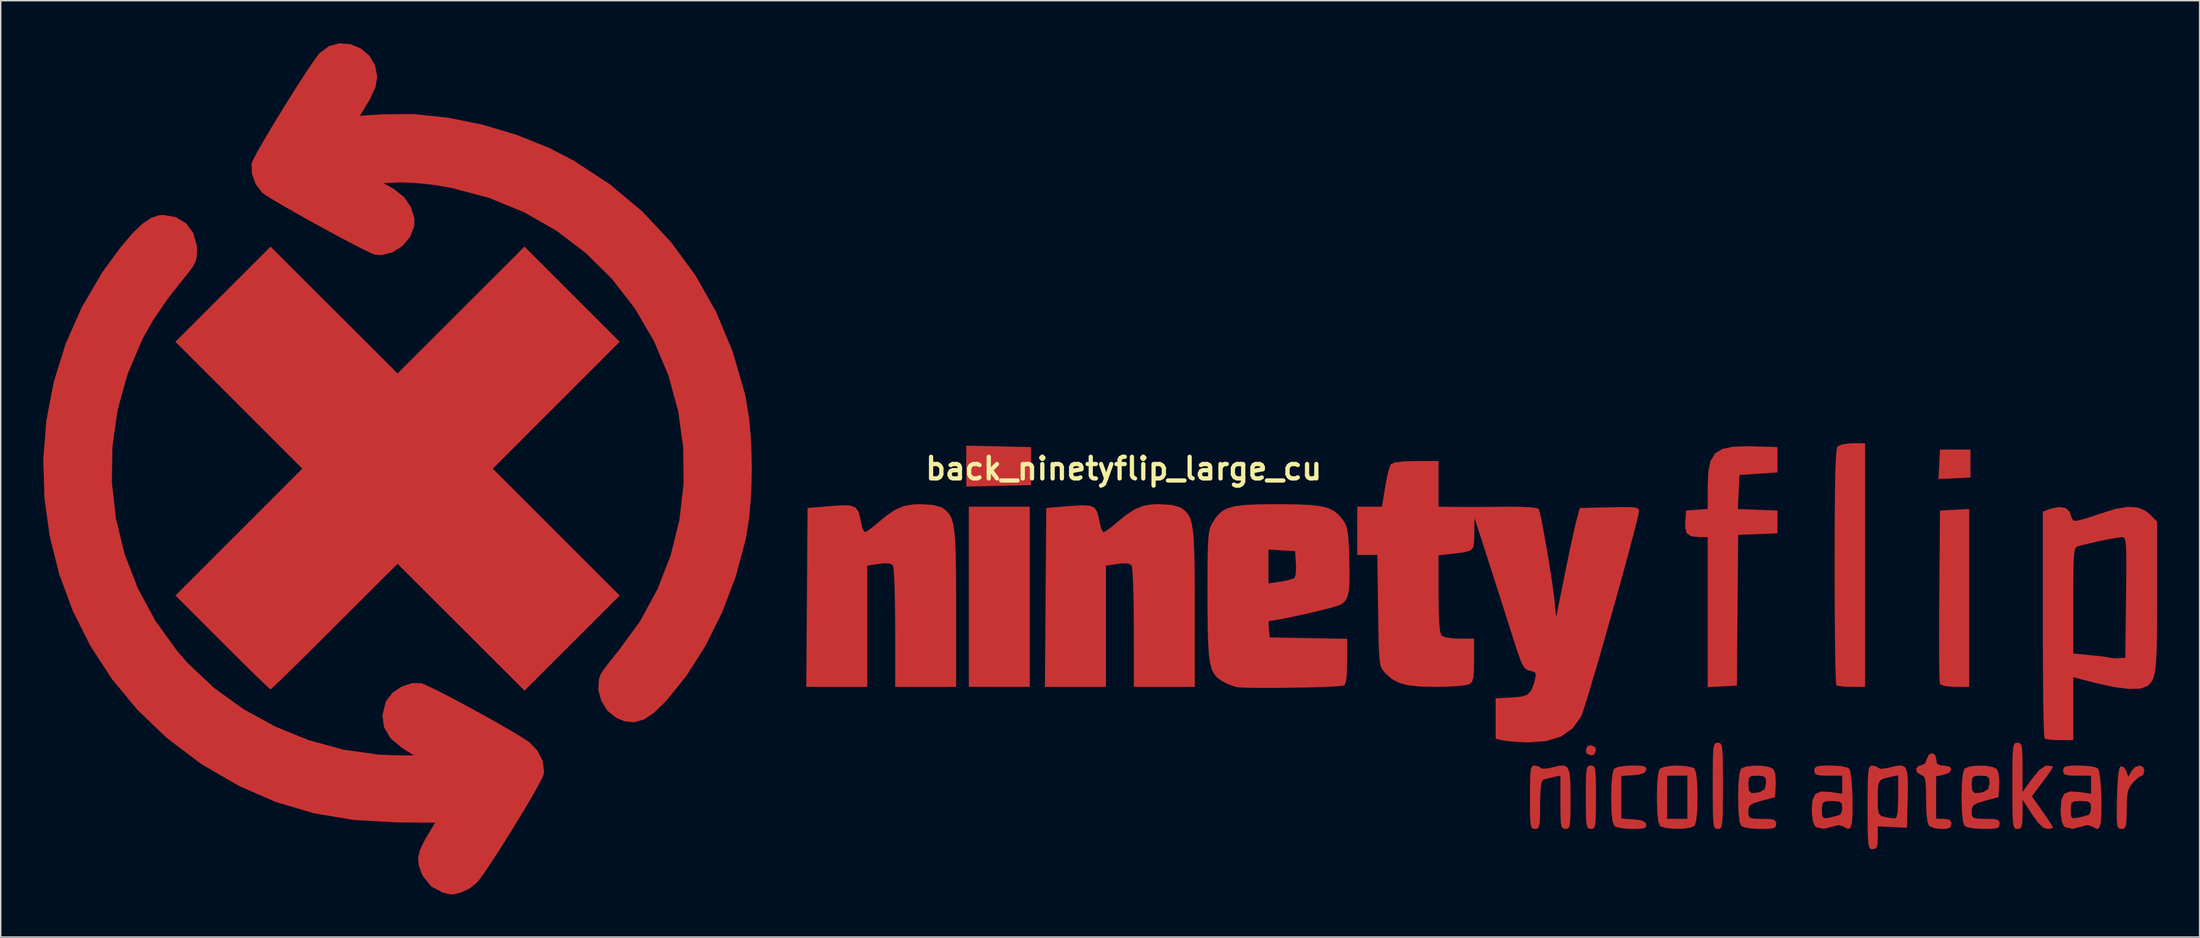
<source format=kicad_pcb>
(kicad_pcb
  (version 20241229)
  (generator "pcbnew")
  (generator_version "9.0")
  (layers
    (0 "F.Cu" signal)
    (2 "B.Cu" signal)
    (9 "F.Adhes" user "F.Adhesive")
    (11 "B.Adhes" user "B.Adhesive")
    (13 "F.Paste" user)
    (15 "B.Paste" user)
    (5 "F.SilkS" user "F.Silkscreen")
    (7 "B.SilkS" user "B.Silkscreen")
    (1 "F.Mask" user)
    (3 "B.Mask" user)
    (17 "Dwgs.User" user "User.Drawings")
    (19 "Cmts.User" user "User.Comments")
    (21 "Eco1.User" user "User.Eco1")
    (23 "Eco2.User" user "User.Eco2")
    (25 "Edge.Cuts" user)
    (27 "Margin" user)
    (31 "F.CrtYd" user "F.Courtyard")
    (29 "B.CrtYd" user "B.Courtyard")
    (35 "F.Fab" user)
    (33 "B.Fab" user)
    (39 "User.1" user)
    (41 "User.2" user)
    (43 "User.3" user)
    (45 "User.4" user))
  (footprint "back_ninetyflip_large_cu"
    (layer "F.Cu")
    (at 76.115 29.985)
    (property "Reference" "back_ninetyflip_large_cu" (at 0 0 0) (layer "F.SilkS") (effects (font (size 1.524 1.524) (thickness 0.3))))
    (attr through_hole)
    (fp_poly (pts (xy -6.618 15.383) (xy -10.911 15.383) (xy -10.911 2.683) (xy -6.618 2.683)) (stroke (width 0) (type solid)) (fill yes) (layer "F.Cu"))
    (fp_poly (pts (xy 59.654 0.626) (xy 57.4 0.733) (xy 57.454 -0.304) (xy 57.508 -1.342) (xy 59.654 -1.342)) (stroke (width 0) (type solid)) (fill yes) (layer "F.Cu"))
    (fp_poly (pts (xy -8.81 -1.57) (xy -6.529 -1.52) (xy -6.529 1.163) (xy -8.81 1.213) (xy -11.09 1.263) (xy -11.09 -1.621)) (stroke (width 0) (type solid)) (fill yes) (layer "F.Cu"))
    (fp_poly (pts (xy 33.212 19.624) (xy 33.27 19.855) (xy 33.144 20.154) (xy 32.913 20.213) (xy 32.614 20.086) (xy 32.555 19.855) (xy 32.681 19.556) (xy 32.913 19.497)) (stroke (width 0) (type solid)) (fill yes) (layer "F.Cu"))
    (fp_poly (pts (xy 59.565 15.383) (xy 58.575 15.383) (xy 57.919 15.342) (xy 57.554 15.224) (xy 57.5 15.158) (xy 57.48 14.931) (xy 57.465 14.39) (xy 57.455 13.578) (xy 57.45 12.539) (xy 57.449 11.315) (xy 57.454 9.952) (xy 57.461 8.942) (xy 57.508 2.951) (xy 58.536 2.898) (xy 59.565 2.844)) (stroke (width 0) (type solid)) (fill yes) (layer "F.Cu"))
    (fp_poly (pts (xy 33.061 20.949) (xy 33.162 21.048) (xy 33.224 21.286) (xy 33.256 21.719) (xy 33.269 22.406) (xy 33.27 23.164) (xy 33.267 24.092) (xy 33.251 24.72) (xy 33.213 25.107) (xy 33.144 25.31) (xy 33.034 25.389) (xy 32.913 25.4) (xy 32.764 25.38) (xy 32.664 25.28) (xy 32.602 25.042) (xy 32.569 24.609) (xy 32.557 23.922) (xy 32.555 23.164) (xy 32.558 22.236) (xy 32.574 21.608) (xy 32.612 21.221) (xy 32.681 21.018) (xy 32.791 20.94) (xy 32.913 20.928)) (stroke (width 0) (type solid)) (fill yes) (layer "F.Cu"))
    (fp_poly (pts (xy 52.231 15.383) (xy 51.277 15.383) (xy 50.72 15.362) (xy 50.321 15.309) (xy 50.204 15.264) (xy 50.179 15.066) (xy 50.157 14.546) (xy 50.136 13.741) (xy 50.119 12.685) (xy 50.104 11.416) (xy 50.093 9.968) (xy 50.086 8.379) (xy 50.085 6.893) (xy 50.087 4.819) (xy 50.095 3.081) (xy 50.108 1.657) (xy 50.129 0.522) (xy 50.156 -0.343) (xy 50.191 -0.963) (xy 50.233 -1.359) (xy 50.285 -1.554) (xy 50.299 -1.574) (xy 50.596 -1.702) (xy 51.102 -1.779) (xy 51.372 -1.789) (xy 52.231 -1.789)) (stroke (width 0) (type solid)) (fill yes) (layer "F.Cu"))
    (fp_poly (pts (xy 41.987 19.334) (xy 42.081 19.415) (xy 42.145 19.612) (xy 42.184 19.973) (xy 42.205 20.549) (xy 42.213 21.391) (xy 42.214 22.359) (xy 42.212 23.467) (xy 42.203 24.267) (xy 42.18 24.81) (xy 42.137 25.144) (xy 42.069 25.321) (xy 41.97 25.389) (xy 41.856 25.4) (xy 41.726 25.384) (xy 41.632 25.303) (xy 41.568 25.107) (xy 41.529 24.745) (xy 41.508 24.169) (xy 41.5 23.327) (xy 41.499 22.359) (xy 41.5 21.251) (xy 41.51 20.451) (xy 41.533 19.909) (xy 41.576 19.574) (xy 41.643 19.398) (xy 41.742 19.329) (xy 41.856 19.318)) (stroke (width 0) (type solid)) (fill yes) (layer "F.Cu"))
    (fp_poly (pts (xy 36.414 20.942) (xy 36.721 21) (xy 36.822 21.126) (xy 36.815 21.241) (xy 36.675 21.451) (xy 36.305 21.568) (xy 35.907 21.609) (xy 35.059 21.663) (xy 35.059 24.665) (xy 35.907 24.719) (xy 36.466 24.792) (xy 36.746 24.938) (xy 36.815 25.087) (xy 36.801 25.264) (xy 36.624 25.359) (xy 36.208 25.396) (xy 35.824 25.4) (xy 35.217 25.365) (xy 34.746 25.276) (xy 34.558 25.185) (xy 34.445 24.878) (xy 34.372 24.241) (xy 34.344 23.298) (xy 34.344 23.164) (xy 34.367 22.186) (xy 34.434 21.51) (xy 34.542 21.162) (xy 34.558 21.143) (xy 34.845 21.026) (xy 35.362 20.948) (xy 35.824 20.928)) (stroke (width 0) (type solid)) (fill yes) (layer "F.Cu"))
    (fp_poly (pts (xy 44.37 -1.572) (xy 46.06 -1.52) (xy 46.06 0.268) (xy 44.718 0.358) (xy 43.377 0.447) (xy 43.271 2.847) (xy 44.666 2.899) (xy 46.06 2.951) (xy 46.06 4.561) (xy 44.676 4.613) (xy 43.293 4.666) (xy 43.245 9.98) (xy 43.198 15.294) (xy 42.169 15.347) (xy 41.141 15.401) (xy 41.141 4.83) (xy 40.56 4.827) (xy 39.967 4.766) (xy 39.653 4.544) (xy 39.553 4.091) (xy 39.564 3.739) (xy 39.62 2.951) (xy 40.381 2.896) (xy 41.141 2.841) (xy 41.141 1.322) (xy 41.183 0.255) (xy 41.337 -0.525) (xy 41.65 -1.059) (xy 42.164 -1.386) (xy 42.926 -1.547) (xy 43.979 -1.581)) (stroke (width 0) (type solid)) (fill yes) (layer "F.Cu"))
    (fp_poly (pts (xy -38.861 -12.297) (xy -35.508 -8.944) (xy -44.447 0) (xy -39.978 4.472) (xy -35.508 8.944) (xy -38.861 12.297) (xy -42.213 15.649) (xy -51.158 6.71) (xy -55.586 11.136) (xy -56.62 12.167) (xy -57.573 13.112) (xy -58.416 13.944) (xy -59.121 14.633) (xy -59.656 15.152) (xy -59.994 15.47) (xy -60.105 15.562) (xy -60.25 15.441) (xy -60.613 15.099) (xy -61.16 14.569) (xy -61.857 13.886) (xy -62.669 13.082) (xy -63.5 12.253) (xy -66.806 8.943) (xy -62.337 4.472) (xy -57.868 0) (xy -66.807 -8.944) (xy -63.455 -12.297) (xy -60.102 -15.649) (xy -55.63 -11.18) (xy -51.158 -6.71) (xy -46.686 -11.18) (xy -42.213 -15.649)) (stroke (width 0) (type solid)) (fill yes) (layer "F.Cu"))
    (fp_poly (pts (xy 71.841 21.055) (xy 71.907 21.286) (xy 71.829 21.577) (xy 71.72 21.644) (xy 71.487 21.767) (xy 71.158 22.07) (xy 71.099 22.136) (xy 70.873 22.438) (xy 70.742 22.778) (xy 70.679 23.26) (xy 70.661 23.991) (xy 70.661 24.014) (xy 70.65 24.713) (xy 70.612 25.128) (xy 70.527 25.331) (xy 70.377 25.396) (xy 70.292 25.4) (xy 70.14 25.382) (xy 70.039 25.288) (xy 69.982 25.06) (xy 69.96 24.639) (xy 69.963 23.965) (xy 69.979 23.223) (xy 70.016 22.2) (xy 70.074 21.504) (xy 70.157 21.104) (xy 70.253 20.973) (xy 70.475 21.06) (xy 70.628 21.309) (xy 70.78 21.72) (xy 70.992 21.324) (xy 71.271 21.021) (xy 71.593 20.93)) (stroke (width 0) (type solid)) (fill yes) (layer "F.Cu"))
    (fp_poly (pts (xy 39.586 20.964) (xy 40.044 21.058) (xy 40.211 21.143) (xy 40.324 21.45) (xy 40.397 22.087) (xy 40.425 23.03) (xy 40.425 23.164) (xy 40.402 24.143) (xy 40.335 24.818) (xy 40.227 25.167) (xy 40.211 25.185) (xy 39.897 25.315) (xy 39.365 25.383) (xy 38.752 25.39) (xy 38.192 25.335) (xy 37.82 25.218) (xy 37.778 25.185) (xy 37.665 24.878) (xy 37.592 24.241) (xy 37.564 23.298) (xy 37.563 23.164) (xy 37.586 22.186) (xy 37.64 21.644) (xy 38.279 21.644) (xy 38.279 24.685) (xy 39.71 24.685) (xy 39.71 21.644) (xy 38.279 21.644) (xy 37.64 21.644) (xy 37.654 21.51) (xy 37.762 21.162) (xy 37.778 21.143) (xy 38.067 21.024) (xy 38.58 20.946) (xy 38.994 20.928)) (stroke (width 0) (type solid)) (fill yes) (layer "F.Cu"))
    (fp_poly (pts (xy 57.166 20.175) (xy 57.239 20.468) (xy 57.295 20.796) (xy 57.534 20.917) (xy 57.776 20.928) (xy 58.199 21.006) (xy 58.313 21.201) (xy 58.152 21.435) (xy 57.776 21.581) (xy 57.239 21.688) (xy 57.239 24.685) (xy 57.776 24.685) (xy 58.169 24.741) (xy 58.307 24.95) (xy 58.313 25.042) (xy 58.249 25.281) (xy 57.995 25.383) (xy 57.633 25.4) (xy 57.132 25.347) (xy 56.775 25.215) (xy 56.739 25.185) (xy 56.624 24.88) (xy 56.551 24.26) (xy 56.524 23.365) (xy 56.524 23.328) (xy 56.517 22.548) (xy 56.487 22.055) (xy 56.418 21.776) (xy 56.297 21.641) (xy 56.166 21.592) (xy 55.881 21.405) (xy 55.822 21.147) (xy 55.994 20.956) (xy 56.154 20.928) (xy 56.464 20.777) (xy 56.556 20.528) (xy 56.708 20.175) (xy 56.951 20.054)) (stroke (width 0) (type solid)) (fill yes) (layer "F.Cu"))
    (fp_poly (pts (xy 63.128 19.344) (xy 63.233 19.463) (xy 63.291 19.742) (xy 63.316 20.247) (xy 63.321 21.043) (xy 63.321 22.789) (xy 63.992 21.864) (xy 64.495 21.258) (xy 64.901 20.967) (xy 65.065 20.933) (xy 65.38 20.966) (xy 65.468 21.025) (xy 65.368 21.206) (xy 65.105 21.589) (xy 64.736 22.091) (xy 64.724 22.108) (xy 63.979 23.093) (xy 64.724 24.149) (xy 65.088 24.677) (xy 65.353 25.087) (xy 65.467 25.295) (xy 65.468 25.302) (xy 65.316 25.378) (xy 65.065 25.398) (xy 64.753 25.287) (xy 64.393 24.93) (xy 63.994 24.369) (xy 63.325 23.343) (xy 63.323 24.371) (xy 63.308 24.956) (xy 63.245 25.266) (xy 63.106 25.385) (xy 62.963 25.4) (xy 62.833 25.384) (xy 62.739 25.303) (xy 62.675 25.107) (xy 62.636 24.745) (xy 62.615 24.169) (xy 62.607 23.327) (xy 62.606 22.359) (xy 62.608 21.251) (xy 62.617 20.451) (xy 62.64 19.909) (xy 62.683 19.574) (xy 62.75 19.398) (xy 62.849 19.329) (xy 62.963 19.318)) (stroke (width 0) (type solid)) (fill yes) (layer "F.Cu"))
    (fp_poly (pts (xy -13.427 2.559) (xy -12.836 2.727) (xy -12.721 2.796) (xy -12.479 2.986) (xy -12.284 3.206) (xy -12.13 3.495) (xy -12.013 3.892) (xy -11.928 4.434) (xy -11.87 5.158) (xy -11.833 6.105) (xy -11.814 7.31) (xy -11.806 8.814) (xy -11.806 9.832) (xy -11.806 15.383) (xy -16.099 15.383) (xy -16.101 11.224) (xy -16.108 10.03) (xy -16.127 8.95) (xy -16.154 8.036) (xy -16.189 7.343) (xy -16.23 6.923) (xy -16.255 6.827) (xy -16.478 6.685) (xy -16.927 6.675) (xy -17.236 6.713) (xy -18.066 6.838) (xy -18.066 15.383) (xy -22.364 15.383) (xy -22.317 9.078) (xy -22.27 2.773) (xy -20.66 2.638) (xy -19.807 2.581) (xy -19.239 2.605) (xy -18.887 2.747) (xy -18.682 3.044) (xy -18.553 3.533) (xy -18.511 3.773) (xy -18.401 4.214) (xy -18.272 4.456) (xy -18.236 4.472) (xy -18.015 4.363) (xy -17.648 4.091) (xy -17.491 3.958) (xy -16.706 3.307) (xy -16.065 2.879) (xy -15.475 2.632) (xy -14.843 2.522) (xy -14.325 2.504)) (stroke (width 0) (type solid)) (fill yes) (layer "F.Cu"))
    (fp_poly (pts (xy 3.387 2.559) (xy 3.978 2.727) (xy 4.093 2.796) (xy 4.335 2.986) (xy 4.53 3.206) (xy 4.684 3.495) (xy 4.801 3.892) (xy 4.886 4.434) (xy 4.944 5.158) (xy 4.981 6.105) (xy 5 7.31) (xy 5.008 8.814) (xy 5.008 9.832) (xy 5.008 15.383) (xy 0.715 15.383) (xy 0.713 11.224) (xy 0.706 10.03) (xy 0.687 8.95) (xy 0.66 8.036) (xy 0.625 7.343) (xy 0.584 6.923) (xy 0.559 6.827) (xy 0.336 6.685) (xy -0.113 6.675) (xy -0.422 6.713) (xy -1.252 6.838) (xy -1.252 15.383) (xy -5.55 15.383) (xy -5.503 9.078) (xy -5.456 2.773) (xy -3.846 2.638) (xy -2.993 2.581) (xy -2.425 2.605) (xy -2.073 2.747) (xy -1.868 3.044) (xy -1.739 3.533) (xy -1.697 3.773) (xy -1.587 4.214) (xy -1.457 4.456) (xy -1.421 4.472) (xy -1.201 4.363) (xy -0.834 4.091) (xy -0.677 3.958) (xy 0.109 3.307) (xy 0.749 2.879) (xy 1.339 2.632) (xy 1.971 2.522) (xy 2.489 2.504)) (stroke (width 0) (type solid)) (fill yes) (layer "F.Cu"))
    (fp_poly (pts (xy 29.276 21.004) (xy 29.365 21.095) (xy 29.566 21.164) (xy 30.018 21.101) (xy 30.157 21.066) (xy 30.677 20.942) (xy 31.039 20.93) (xy 31.272 21.075) (xy 31.405 21.424) (xy 31.465 22.024) (xy 31.481 22.921) (xy 31.482 23.248) (xy 31.478 24.155) (xy 31.461 24.764) (xy 31.421 25.134) (xy 31.347 25.324) (xy 31.23 25.392) (xy 31.124 25.4) (xy 30.964 25.376) (xy 30.861 25.264) (xy 30.801 24.999) (xy 30.774 24.518) (xy 30.766 23.759) (xy 30.766 23.518) (xy 30.766 21.637) (xy 30.274 21.745) (xy 29.829 21.849) (xy 29.559 21.921) (xy 29.443 22.091) (xy 29.371 22.535) (xy 29.338 23.288) (xy 29.335 23.695) (xy 29.33 24.486) (xy 29.304 24.986) (xy 29.245 25.261) (xy 29.138 25.377) (xy 28.977 25.4) (xy 28.829 25.38) (xy 28.728 25.28) (xy 28.667 25.042) (xy 28.634 24.609) (xy 28.622 23.922) (xy 28.62 23.164) (xy 28.623 22.235) (xy 28.64 21.606) (xy 28.679 21.219) (xy 28.749 21.015) (xy 28.858 20.938) (xy 28.963 20.928)) (stroke (width 0) (type solid)) (fill yes) (layer "F.Cu"))
    (fp_poly (pts (xy 53.066 21.004) (xy 53.155 21.095) (xy 53.356 21.164) (xy 53.808 21.101) (xy 53.948 21.066) (xy 54.478 20.94) (xy 54.845 20.929) (xy 55.076 21.077) (xy 55.201 21.433) (xy 55.245 22.043) (xy 55.239 22.952) (xy 55.233 23.205) (xy 55.182 25.311) (xy 54.154 25.264) (xy 53.125 25.218) (xy 53.125 26.024) (xy 53.102 26.528) (xy 53.005 26.766) (xy 52.795 26.831) (xy 52.768 26.831) (xy 52.636 26.815) (xy 52.541 26.732) (xy 52.477 26.532) (xy 52.438 26.164) (xy 52.418 25.578) (xy 52.411 24.723) (xy 52.41 23.88) (xy 52.411 23.252) (xy 53.125 23.252) (xy 53.129 23.909) (xy 53.187 24.293) (xy 53.375 24.491) (xy 53.765 24.588) (xy 54.333 24.658) (xy 54.449 24.562) (xy 54.521 24.214) (xy 54.553 23.572) (xy 54.556 23.15) (xy 54.556 21.615) (xy 53.975 21.74) (xy 53.542 21.845) (xy 53.288 21.986) (xy 53.167 22.248) (xy 53.128 22.719) (xy 53.125 23.252) (xy 52.411 23.252) (xy 52.412 22.789) (xy 52.423 22.006) (xy 52.448 21.48) (xy 52.493 21.16) (xy 52.564 20.995) (xy 52.667 20.935) (xy 52.753 20.928)) (stroke (width 0) (type solid)) (fill yes) (layer "F.Cu"))
    (fp_poly (pts (xy 44.961 20.945) (xy 45.48 21.03) (xy 45.78 21.183) (xy 45.897 21.51) (xy 45.943 22.043) (xy 45.936 22.3) (xy 45.881 23.163) (xy 44.942 23.413) (xy 44.397 23.576) (xy 44.116 23.737) (xy 44.014 23.963) (xy 44.003 24.174) (xy 44.021 24.466) (xy 44.136 24.618) (xy 44.435 24.675) (xy 44.987 24.685) (xy 45.555 24.7) (xy 45.851 24.767) (xy 45.96 24.917) (xy 45.97 25.042) (xy 45.933 25.238) (xy 45.768 25.346) (xy 45.394 25.392) (xy 44.844 25.4) (xy 44.196 25.367) (xy 43.705 25.28) (xy 43.502 25.185) (xy 43.388 24.878) (xy 43.316 24.241) (xy 43.288 23.298) (xy 43.287 23.164) (xy 43.308 22.27) (xy 44.003 22.27) (xy 44.045 22.698) (xy 44.224 22.872) (xy 44.621 22.841) (xy 44.852 22.783) (xy 45.163 22.59) (xy 45.255 22.178) (xy 45.255 22.159) (xy 45.218 21.813) (xy 45.034 21.67) (xy 44.629 21.644) (xy 44.209 21.671) (xy 44.037 21.828) (xy 44.003 22.222) (xy 44.003 22.27) (xy 43.308 22.27) (xy 43.31 22.186) (xy 43.377 21.51) (xy 43.486 21.162) (xy 43.502 21.143) (xy 43.833 20.999) (xy 44.366 20.934)) (stroke (width 0) (type solid)) (fill yes) (layer "F.Cu"))
    (fp_poly (pts (xy 60.702 20.945) (xy 61.221 21.03) (xy 61.521 21.183) (xy 61.638 21.51) (xy 61.684 22.043) (xy 61.677 22.3) (xy 61.622 23.163) (xy 60.683 23.413) (xy 60.138 23.576) (xy 59.857 23.737) (xy 59.755 23.963) (xy 59.744 24.174) (xy 59.762 24.466) (xy 59.877 24.618) (xy 60.176 24.675) (xy 60.727 24.685) (xy 61.296 24.7) (xy 61.592 24.767) (xy 61.701 24.917) (xy 61.711 25.042) (xy 61.674 25.238) (xy 61.508 25.346) (xy 61.135 25.392) (xy 60.584 25.4) (xy 59.937 25.367) (xy 59.445 25.28) (xy 59.243 25.185) (xy 59.129 24.878) (xy 59.057 24.241) (xy 59.029 23.298) (xy 59.028 23.164) (xy 59.049 22.27) (xy 59.744 22.27) (xy 59.785 22.698) (xy 59.965 22.872) (xy 60.362 22.841) (xy 60.593 22.783) (xy 60.904 22.59) (xy 60.996 22.178) (xy 60.996 22.159) (xy 60.959 21.813) (xy 60.775 21.67) (xy 60.37 21.644) (xy 59.95 21.671) (xy 59.778 21.828) (xy 59.744 22.222) (xy 59.744 22.27) (xy 59.049 22.27) (xy 59.051 22.186) (xy 59.118 21.51) (xy 59.227 21.162) (xy 59.243 21.143) (xy 59.574 20.999) (xy 60.107 20.934)) (stroke (width 0) (type solid)) (fill yes) (layer "F.Cu"))
    (fp_poly (pts (xy 50.521 20.966) (xy 50.995 21.073) (xy 51.125 21.157) (xy 51.206 21.422) (xy 51.276 21.96) (xy 51.327 22.687) (xy 51.349 23.341) (xy 51.35 24.305) (xy 51.307 24.948) (xy 51.208 25.304) (xy 51.041 25.406) (xy 50.797 25.29) (xy 50.726 25.234) (xy 50.378 25.126) (xy 50.005 25.217) (xy 49.309 25.388) (xy 48.819 25.287) (xy 48.689 25.185) (xy 48.566 24.893) (xy 48.488 24.383) (xy 48.476 24.073) (xy 49.19 24.073) (xy 49.21 24.494) (xy 49.334 24.644) (xy 49.661 24.612) (xy 49.771 24.588) (xy 50.21 24.48) (xy 50.48 24.388) (xy 50.487 24.385) (xy 50.59 24.165) (xy 50.621 23.869) (xy 50.58 23.587) (xy 50.391 23.462) (xy 49.953 23.432) (xy 49.906 23.432) (xy 49.448 23.451) (xy 49.244 23.569) (xy 49.192 23.877) (xy 49.19 24.073) (xy 48.476 24.073) (xy 48.475 24.045) (xy 48.53 23.336) (xy 48.731 22.924) (xy 49.13 22.759) (xy 49.781 22.792) (xy 49.815 22.797) (xy 50.621 22.918) (xy 50.621 21.644) (xy 49.637 21.644) (xy 49.069 21.628) (xy 48.773 21.561) (xy 48.664 21.411) (xy 48.654 21.286) (xy 48.69 21.091) (xy 48.854 20.983) (xy 49.225 20.937) (xy 49.794 20.928)) (stroke (width 0) (type solid)) (fill yes) (layer "F.Cu"))
    (fp_poly (pts (xy 68.051 20.966) (xy 68.525 21.073) (xy 68.655 21.157) (xy 68.735 21.422) (xy 68.806 21.96) (xy 68.857 22.687) (xy 68.879 23.341) (xy 68.88 24.305) (xy 68.836 24.948) (xy 68.737 25.304) (xy 68.571 25.406) (xy 68.327 25.29) (xy 68.256 25.234) (xy 67.908 25.126) (xy 67.535 25.217) (xy 66.839 25.388) (xy 66.348 25.287) (xy 66.219 25.185) (xy 66.096 24.893) (xy 66.018 24.383) (xy 66.005 24.073) (xy 66.72 24.073) (xy 66.739 24.494) (xy 66.863 24.644) (xy 67.19 24.612) (xy 67.301 24.588) (xy 67.74 24.48) (xy 68.01 24.388) (xy 68.017 24.385) (xy 68.12 24.165) (xy 68.151 23.869) (xy 68.11 23.587) (xy 67.921 23.462) (xy 67.483 23.432) (xy 67.435 23.432) (xy 66.977 23.451) (xy 66.774 23.569) (xy 66.721 23.877) (xy 66.72 24.073) (xy 66.005 24.073) (xy 66.004 24.045) (xy 66.059 23.336) (xy 66.26 22.924) (xy 66.659 22.759) (xy 67.31 22.792) (xy 67.344 22.797) (xy 68.151 22.918) (xy 68.151 21.644) (xy 67.167 21.644) (xy 66.598 21.628) (xy 66.302 21.561) (xy 66.194 21.411) (xy 66.183 21.286) (xy 66.22 21.091) (xy 66.384 20.983) (xy 66.754 20.937) (xy 67.324 20.928)) (stroke (width 0) (type solid)) (fill yes) (layer "F.Cu"))
    (fp_poly (pts (xy 71.459 2.74) (xy 72.032 2.997) (xy 72.279 3.206) (xy 72.801 3.729) (xy 72.801 9.031) (xy 72.799 10.628) (xy 72.789 11.907) (xy 72.767 12.907) (xy 72.729 13.67) (xy 72.669 14.235) (xy 72.584 14.641) (xy 72.47 14.928) (xy 72.321 15.137) (xy 72.134 15.308) (xy 72.101 15.333) (xy 71.615 15.509) (xy 70.838 15.532) (xy 69.802 15.404) (xy 68.553 15.13) (xy 66.899 14.705) (xy 66.899 19.139) (xy 65.945 19.139) (xy 65.388 19.119) (xy 64.989 19.066) (xy 64.871 19.02) (xy 64.847 18.822) (xy 64.824 18.303) (xy 64.803 17.499) (xy 64.785 16.448) (xy 64.77 15.185) (xy 64.76 13.748) (xy 64.753 12.174) (xy 64.752 10.966) (xy 64.752 9.299) (xy 66.899 9.299) (xy 66.899 13.029) (xy 68.106 13.146) (xy 68.744 13.215) (xy 69.243 13.281) (xy 69.492 13.329) (xy 69.797 13.368) (xy 70.118 13.361) (xy 70.565 13.326) (xy 70.613 9.078) (xy 70.627 7.739) (xy 70.633 6.716) (xy 70.628 5.965) (xy 70.609 5.446) (xy 70.573 5.115) (xy 70.517 4.93) (xy 70.438 4.849) (xy 70.332 4.83) (xy 70.312 4.83) (xy 69.98 4.869) (xy 69.413 4.97) (xy 68.722 5.112) (xy 68.019 5.269) (xy 67.416 5.419) (xy 67.212 5.476) (xy 67.107 5.534) (xy 67.028 5.668) (xy 66.972 5.923) (xy 66.935 6.346) (xy 66.913 6.982) (xy 66.902 7.876) (xy 66.899 9.075) (xy 66.899 9.299) (xy 64.752 9.299) (xy 64.752 3.032) (xy 65.234 2.849) (xy 65.875 2.703) (xy 66.373 2.779) (xy 66.656 3.061) (xy 66.689 3.186) (xy 66.817 3.542) (xy 66.96 3.681) (xy 67.214 3.659) (xy 67.712 3.532) (xy 68.363 3.324) (xy 68.65 3.223) (xy 69.814 2.852) (xy 70.735 2.692)) (stroke (width 0) (type solid)) (fill yes) (layer "F.Cu"))
    (fp_poly (pts (xy 12.12 2.516) (xy 13.117 2.558) (xy 13.866 2.644) (xy 14.425 2.788) (xy 14.848 3.003) (xy 15.191 3.304) (xy 15.46 3.635) (xy 15.623 3.904) (xy 15.736 4.239) (xy 15.81 4.712) (xy 15.859 5.4) (xy 15.89 6.289) (xy 15.912 7.386) (xy 15.898 8.185) (xy 15.84 8.745) (xy 15.725 9.127) (xy 15.545 9.389) (xy 15.312 9.574) (xy 15.037 9.679) (xy 14.494 9.834) (xy 13.766 10.019) (xy 12.937 10.215) (xy 12.089 10.403) (xy 11.307 10.565) (xy 10.673 10.68) (xy 10.271 10.731) (xy 10.237 10.732) (xy 10.209 10.888) (xy 10.225 11.268) (xy 10.229 11.314) (xy 10.285 11.895) (xy 13.013 11.944) (xy 15.741 11.994) (xy 15.741 13.605) (xy 15.721 14.472) (xy 15.661 15.015) (xy 15.554 15.264) (xy 15.517 15.285) (xy 15.209 15.328) (xy 14.613 15.366) (xy 13.8 15.399) (xy 12.84 15.426) (xy 11.804 15.445) (xy 10.762 15.456) (xy 9.784 15.458) (xy 8.941 15.45) (xy 8.303 15.43) (xy 7.94 15.398) (xy 7.92 15.394) (xy 7.346 15.191) (xy 6.876 14.946) (xy 6.597 14.737) (xy 6.377 14.489) (xy 6.209 14.16) (xy 6.085 13.707) (xy 6 13.089) (xy 5.946 12.263) (xy 5.916 11.188) (xy 5.905 9.821) (xy 5.903 8.905) (xy 5.905 8.09) (xy 10.196 8.09) (xy 11.045 7.965) (xy 11.576 7.865) (xy 11.953 7.751) (xy 12.04 7.702) (xy 12.114 7.455) (xy 12.14 6.984) (xy 12.129 6.688) (xy 12.074 5.813) (xy 11.135 5.759) (xy 10.196 5.705) (xy 10.196 8.09) (xy 5.905 8.09) (xy 5.905 7.505) (xy 5.913 6.416) (xy 5.929 5.591) (xy 5.958 4.985) (xy 6.002 4.549) (xy 6.064 4.238) (xy 6.148 4.005) (xy 6.258 3.802) (xy 6.26 3.799) (xy 6.556 3.363) (xy 6.877 3.036) (xy 7.277 2.804) (xy 7.811 2.65) (xy 8.535 2.56) (xy 9.504 2.517) (xy 10.773 2.505) (xy 10.822 2.505)) (stroke (width 0) (type solid)) (fill yes) (layer "F.Cu"))
    (fp_poly (pts (xy -66.77 -17.729) (xy -66.048 -17.283) (xy -65.544 -16.595) (xy -65.303 -15.711) (xy -65.289 -15.41) (xy -65.308 -14.936) (xy -65.4 -14.558) (xy -65.613 -14.173) (xy -65.996 -13.676) (xy -66.243 -13.381) (xy -67.399 -11.911) (xy -68.404 -10.425) (xy -69.136 -9.129) (xy -70.177 -6.669) (xy -70.878 -4.142) (xy -71.245 -1.577) (xy -71.282 0.995) (xy -70.993 3.543) (xy -70.382 6.035) (xy -69.455 8.442) (xy -68.214 10.733) (xy -66.665 12.876) (xy -65.903 13.746) (xy -64.083 15.459) (xy -62.023 16.945) (xy -59.778 18.181) (xy -57.398 19.146) (xy -54.938 19.814) (xy -52.45 20.164) (xy -51.167 20.212) (xy -50.014 20.213) (xy -50.845 19.686) (xy -51.641 19.018) (xy -52.104 18.246) (xy -52.226 17.392) (xy -52 16.477) (xy -51.946 16.357) (xy -51.507 15.79) (xy -50.855 15.355) (xy -50.12 15.116) (xy -49.506 15.122) (xy -49.18 15.245) (xy -48.604 15.518) (xy -47.836 15.906) (xy -46.932 16.38) (xy -45.953 16.907) (xy -44.956 17.455) (xy -43.998 17.994) (xy -43.14 18.49) (xy -42.438 18.912) (xy -41.95 19.229) (xy -41.882 19.278) (xy -41.301 19.878) (xy -40.935 20.607) (xy -40.835 21.35) (xy -40.859 21.533) (xy -40.986 21.84) (xy -41.275 22.392) (xy -41.693 23.132) (xy -42.207 24.006) (xy -42.783 24.959) (xy -43.386 25.936) (xy -43.983 26.881) (xy -44.54 27.741) (xy -45.024 28.46) (xy -45.4 28.983) (xy -45.58 29.202) (xy -46.078 29.594) (xy -46.652 29.865) (xy -46.676 29.872) (xy -47.114 29.99) (xy -47.389 30.02) (xy -47.683 29.962) (xy -48.002 29.867) (xy -48.784 29.455) (xy -49.353 28.759) (xy -49.483 28.491) (xy -49.671 27.938) (xy -49.71 27.433) (xy -49.581 26.891) (xy -49.267 26.226) (xy -48.835 25.494) (xy -48.501 24.953) (xy -51.305 24.934) (xy -54.268 24.764) (xy -57.065 24.29) (xy -59.731 23.499) (xy -62.303 22.38) (xy -64.819 20.922) (xy -65.105 20.733) (xy -67.432 18.971) (xy -69.493 16.993) (xy -71.283 14.825) (xy -72.799 12.494) (xy -74.036 10.028) (xy -74.99 7.452) (xy -75.657 4.795) (xy -76.033 2.082) (xy -76.115 -0.66) (xy -75.897 -3.403) (xy -75.375 -6.121) (xy -74.547 -8.786) (xy -73.406 -11.373) (xy -71.951 -13.854) (xy -70.655 -15.622) (xy -69.837 -16.582) (xy -69.141 -17.255) (xy -68.526 -17.672) (xy -67.951 -17.865) (xy -67.668 -17.887)) (stroke (width 0) (type solid)) (fill yes) (layer "F.Cu"))
    (fp_poly (pts (xy -54.479 -29.922) (xy -53.761 -29.626) (xy -53.161 -29.125) (xy -52.747 -28.448) (xy -52.589 -27.623) (xy -52.589 -27.604) (xy -52.714 -26.891) (xy -53.104 -26.047) (xy -53.2 -25.884) (xy -53.811 -24.869) (xy -52.261 -24.978) (xy -49.997 -24.991) (xy -47.601 -24.739) (xy -45.156 -24.243) (xy -42.747 -23.523) (xy -40.456 -22.599) (xy -38.726 -21.704) (xy -36.191 -20.037) (xy -33.913 -18.126) (xy -31.902 -15.982) (xy -30.166 -13.618) (xy -28.715 -11.047) (xy -27.557 -8.279) (xy -26.701 -5.329) (xy -26.617 -4.953) (xy -26.384 -3.509) (xy -26.244 -1.834) (xy -26.197 -0.04) (xy -26.243 1.758) (xy -26.381 3.448) (xy -26.613 4.915) (xy -26.621 4.953) (xy -27.326 7.58) (xy -28.279 10.106) (xy -29.454 12.474) (xy -30.819 14.623) (xy -32.23 16.368) (xy -33.059 17.181) (xy -33.796 17.68) (xy -34.49 17.883) (xy -35.188 17.805) (xy -35.764 17.56) (xy -36.379 17.056) (xy -36.808 16.359) (xy -37.016 15.575) (xy -36.967 14.808) (xy -36.828 14.452) (xy -36.625 14.148) (xy -36.257 13.662) (xy -35.791 13.081) (xy -35.621 12.877) (xy -34.077 10.762) (xy -32.839 8.49) (xy -31.912 6.095) (xy -31.299 3.61) (xy -31.004 1.069) (xy -31.031 -1.493) (xy -31.384 -4.042) (xy -32.067 -6.546) (xy -33.083 -8.968) (xy -34.436 -11.286) (xy -36.051 -13.373) (xy -37.909 -15.211) (xy -39.986 -16.787) (xy -42.263 -18.084) (xy -44.717 -19.088) (xy -47.327 -19.782) (xy -48.369 -19.964) (xy -49.262 -20.076) (xy -50.151 -20.152) (xy -50.894 -20.181) (xy -51.141 -20.176) (xy -52.142 -20.123) (xy -51.381 -19.688) (xy -50.689 -19.129) (xy -50.201 -18.408) (xy -49.967 -17.62) (xy -49.983 -17.082) (xy -50.285 -16.315) (xy -50.83 -15.68) (xy -51.532 -15.238) (xy -52.305 -15.052) (xy -52.744 -15.083) (xy -53.036 -15.197) (xy -53.581 -15.459) (xy -54.324 -15.84) (xy -55.209 -16.307) (xy -56.18 -16.831) (xy -57.181 -17.381) (xy -58.156 -17.925) (xy -59.05 -18.434) (xy -59.805 -18.877) (xy -60.367 -19.222) (xy -60.679 -19.44) (xy -60.688 -19.448) (xy -61.143 -20.039) (xy -61.413 -20.767) (xy -61.443 -21.476) (xy -61.433 -21.528) (xy -61.308 -21.823) (xy -61.02 -22.363) (xy -60.603 -23.094) (xy -60.09 -23.962) (xy -59.515 -24.913) (xy -58.91 -25.892) (xy -58.309 -26.846) (xy -57.747 -27.72) (xy -57.255 -28.46) (xy -56.867 -29.012) (xy -56.645 -29.294) (xy -55.99 -29.785) (xy -55.245 -29.985)) (stroke (width 0) (type solid)) (fill yes) (layer "F.Cu"))
    (fp_poly (pts (xy 22.18 2.683) (xy 23.388 2.697) (xy 24.059 2.7) (xy 24.964 2.699) (xy 25.976 2.693) (xy 26.858 2.685) (xy 27.911 2.688) (xy 28.676 2.724) (xy 29.127 2.792) (xy 29.239 2.85) (xy 29.316 3.102) (xy 29.434 3.638) (xy 29.579 4.388) (xy 29.74 5.282) (xy 29.906 6.251) (xy 30.062 7.223) (xy 30.199 8.13) (xy 30.303 8.901) (xy 30.343 9.251) (xy 30.467 10.464) (xy 31.061 7.513) (xy 31.277 6.453) (xy 31.49 5.446) (xy 31.68 4.574) (xy 31.829 3.92) (xy 31.892 3.667) (xy 32.131 2.773) (xy 34.221 2.722) (xy 35.122 2.706) (xy 35.724 2.714) (xy 36.084 2.751) (xy 36.261 2.826) (xy 36.311 2.944) (xy 36.311 2.959) (xy 36.263 3.239) (xy 36.126 3.816) (xy 35.915 4.644) (xy 35.641 5.678) (xy 35.317 6.872) (xy 34.958 8.18) (xy 34.574 9.555) (xy 34.18 10.953) (xy 33.789 12.327) (xy 33.412 13.631) (xy 33.064 14.819) (xy 32.757 15.846) (xy 32.504 16.666) (xy 32.318 17.233) (xy 32.219 17.486) (xy 31.627 18.312) (xy 30.813 18.883) (xy 29.76 19.209) (xy 28.459 19.297) (xy 27.751 19.268) (xy 27.109 19.215) (xy 26.742 19.161) (xy 26.205 19.046) (xy 26.205 16.188) (xy 27.308 16.135) (xy 28.008 16.074) (xy 28.446 15.929) (xy 28.713 15.636) (xy 28.903 15.129) (xy 28.939 14.999) (xy 29.037 14.57) (xy 28.979 14.365) (xy 28.717 14.267) (xy 28.622 14.248) (xy 28.418 14.186) (xy 28.248 14.055) (xy 28.087 13.802) (xy 27.905 13.37) (xy 27.675 12.704) (xy 27.375 11.77) (xy 27.045 10.727) (xy 26.646 9.476) (xy 26.221 8.15) (xy 25.814 6.883) (xy 25.671 6.439) (xy 24.717 3.488) (xy 24.701 4.612) (xy 24.685 5.206) (xy 24.612 5.574) (xy 24.409 5.781) (xy 24.006 5.894) (xy 23.329 5.979) (xy 23.209 5.992) (xy 22.18 6.107) (xy 22.18 8.831) (xy 22.193 10.053) (xy 22.231 10.937) (xy 22.297 11.501) (xy 22.391 11.766) (xy 22.395 11.77) (xy 22.682 11.887) (xy 23.197 11.965) (xy 23.647 11.985) (xy 24.685 11.985) (xy 24.685 13.499) (xy 24.674 14.255) (xy 24.633 14.732) (xy 24.545 15.01) (xy 24.394 15.166) (xy 24.339 15.198) (xy 24.024 15.273) (xy 23.442 15.334) (xy 22.681 15.373) (xy 22.007 15.383) (xy 20.876 15.358) (xy 20.026 15.27) (xy 19.386 15.098) (xy 18.881 14.823) (xy 18.439 14.425) (xy 18.424 14.408) (xy 18.278 14.242) (xy 18.167 14.068) (xy 18.086 13.838) (xy 18.028 13.5) (xy 17.989 13.007) (xy 17.962 12.308) (xy 17.942 11.353) (xy 17.924 10.093) (xy 17.922 10.003) (xy 17.868 6.082) (xy 16.456 6.082) (xy 16.456 2.683) (xy 18.196 2.683) (xy 18.418 1.297) (xy 18.546 0.608) (xy 18.683 0.047) (xy 18.803 -0.285) (xy 18.822 -0.313) (xy 19.126 -0.443) (xy 19.779 -0.517) (xy 20.592 -0.537) (xy 22.18 -0.537)) (stroke (width 0) (type solid)) (fill yes) (layer "F.Cu")))
  (gr_rect
    (start -3 -3)
    (end 151.916 63.005)
    (stroke (width 0.1) (type default))
    (fill no)
    (layer "Edge.Cuts")))
</source>
